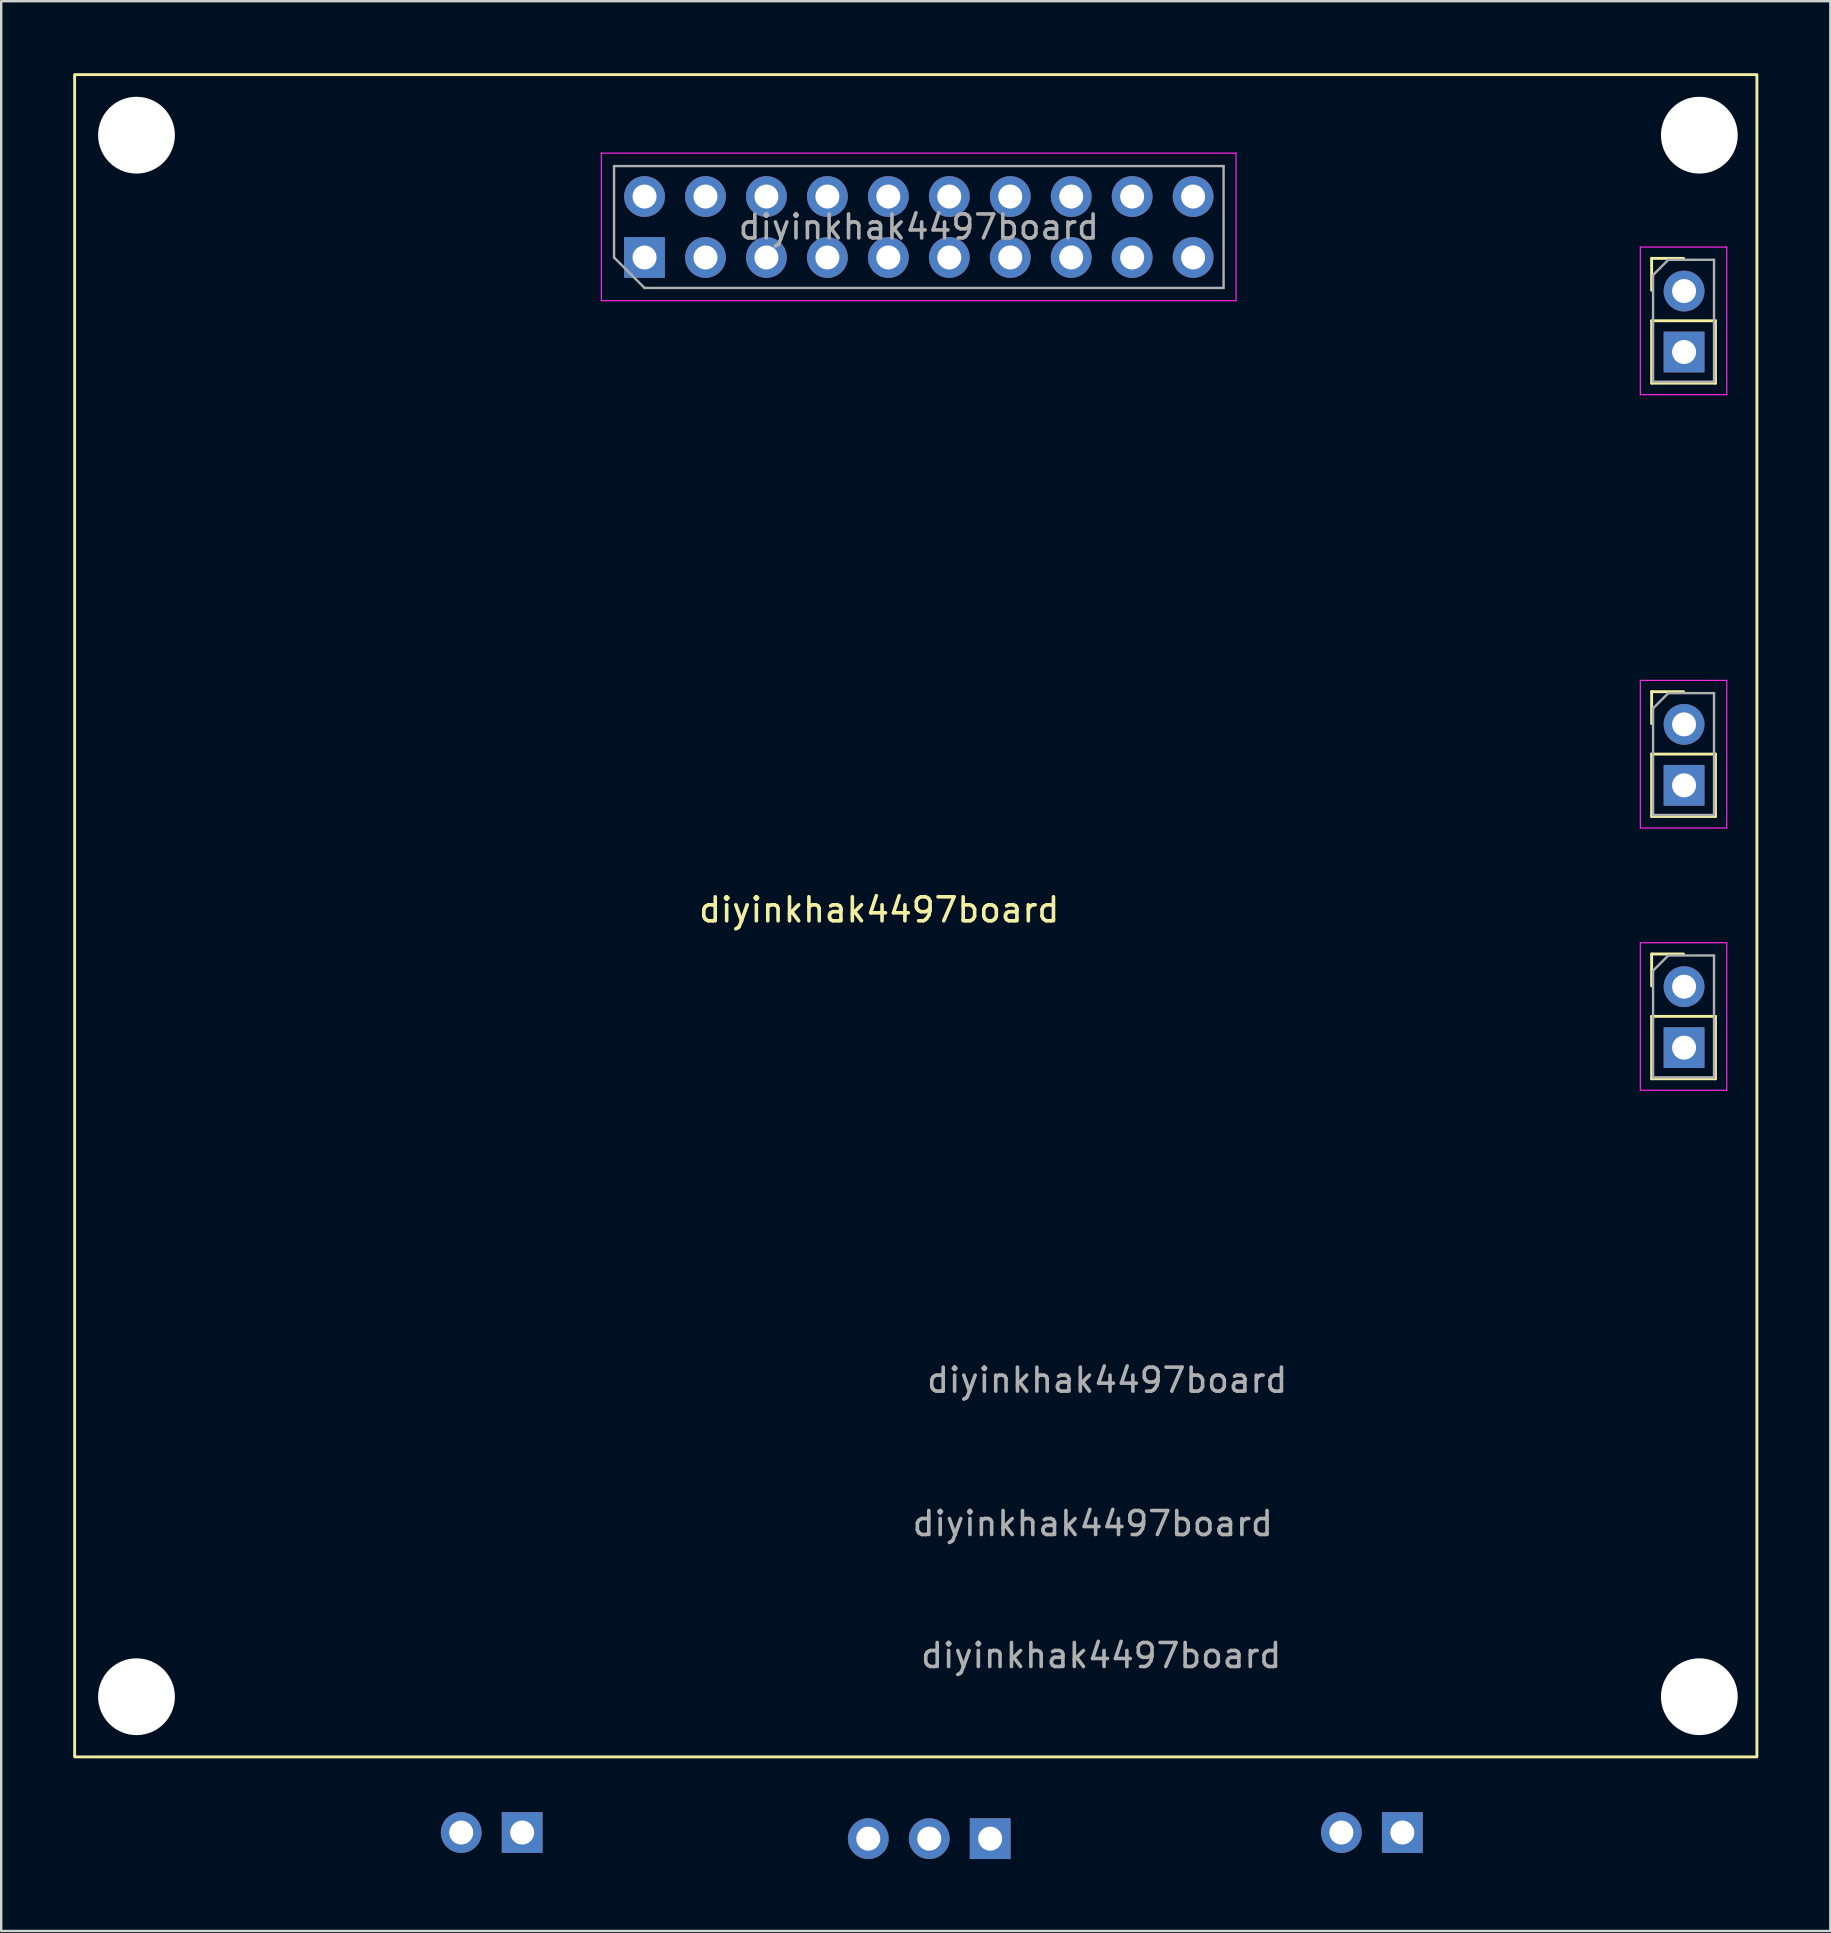
<source format=kicad_pcb>
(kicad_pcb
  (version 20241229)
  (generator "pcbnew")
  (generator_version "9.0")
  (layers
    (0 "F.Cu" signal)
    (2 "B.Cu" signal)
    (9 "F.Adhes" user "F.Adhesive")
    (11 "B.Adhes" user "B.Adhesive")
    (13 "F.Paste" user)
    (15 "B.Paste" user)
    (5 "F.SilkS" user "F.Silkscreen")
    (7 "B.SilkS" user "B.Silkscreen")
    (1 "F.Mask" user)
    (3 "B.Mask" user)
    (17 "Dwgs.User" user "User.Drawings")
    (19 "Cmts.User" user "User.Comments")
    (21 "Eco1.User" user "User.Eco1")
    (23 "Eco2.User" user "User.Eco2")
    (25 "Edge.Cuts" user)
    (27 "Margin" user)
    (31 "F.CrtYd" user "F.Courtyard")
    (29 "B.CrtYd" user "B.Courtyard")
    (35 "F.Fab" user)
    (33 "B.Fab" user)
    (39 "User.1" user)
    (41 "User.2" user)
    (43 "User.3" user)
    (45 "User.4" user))
  (footprint "diyinkhak4497board"
    (layer "F.Cu")
    (at 33.588 35.366)
    (property "Reference" "diyinkhak4497board" (at 0 -0.5 0) (unlocked yes) (layer "F.SilkS") (effects (font (size 1 1) (thickness 0.15))))
    (attr through_hole)
    (fp_line (start 32.189 -27.649) (end 33.519 -27.649) (stroke (width 0.12) (type solid)) (layer "F.SilkS"))
    (fp_line (start 32.189 -26.319) (end 32.189 -27.649) (stroke (width 0.12) (type solid)) (layer "F.SilkS"))
    (fp_line (start 32.189 -25.049) (end 32.189 -22.449) (stroke (width 0.12) (type solid)) (layer "F.SilkS"))
    (fp_line (start 32.189 -25.049) (end 34.849 -25.049) (stroke (width 0.12) (type solid)) (layer "F.SilkS"))
    (fp_line (start 32.189 -22.449) (end 34.849 -22.449) (stroke (width 0.12) (type solid)) (layer "F.SilkS"))
    (fp_line (start 32.189 -9.592) (end 33.519 -9.592) (stroke (width 0.12) (type solid)) (layer "F.SilkS"))
    (fp_line (start 32.189 -8.262) (end 32.189 -9.592) (stroke (width 0.12) (type solid)) (layer "F.SilkS"))
    (fp_line (start 32.189 -6.992) (end 32.189 -4.392) (stroke (width 0.12) (type solid)) (layer "F.SilkS"))
    (fp_line (start 32.189 -6.992) (end 34.849 -6.992) (stroke (width 0.12) (type solid)) (layer "F.SilkS"))
    (fp_line (start 32.189 -4.392) (end 34.849 -4.392) (stroke (width 0.12) (type solid)) (layer "F.SilkS"))
    (fp_line (start 32.189 1.339) (end 33.519 1.339) (stroke (width 0.12) (type solid)) (layer "F.SilkS"))
    (fp_line (start 32.189 2.669) (end 32.189 1.339) (stroke (width 0.12) (type solid)) (layer "F.SilkS"))
    (fp_line (start 32.189 3.939) (end 32.189 6.539) (stroke (width 0.12) (type solid)) (layer "F.SilkS"))
    (fp_line (start 32.189 3.939) (end 34.849 3.939) (stroke (width 0.12) (type solid)) (layer "F.SilkS"))
    (fp_line (start 32.189 6.539) (end 34.849 6.539) (stroke (width 0.12) (type solid)) (layer "F.SilkS"))
    (fp_line (start 34.849 -25.049) (end 34.849 -22.449) (stroke (width 0.12) (type solid)) (layer "F.SilkS"))
    (fp_line (start 34.849 -6.992) (end 34.849 -4.392) (stroke (width 0.12) (type solid)) (layer "F.SilkS"))
    (fp_line (start 34.849 3.939) (end 34.849 6.539) (stroke (width 0.12) (type solid)) (layer "F.SilkS"))
    (fp_rect (start -33.528 -35.306) (end 36.576 34.798) (stroke (width 0.12) (type default)) (fill no) (layer "F.SilkS"))
    (fp_line (start -11.579 -32.036) (end -11.579 -25.886) (stroke (width 0.05) (type solid)) (layer "F.CrtYd"))
    (fp_line (start -11.579 -25.886) (end 14.871 -25.886) (stroke (width 0.05) (type solid)) (layer "F.CrtYd"))
    (fp_line (start 14.871 -32.036) (end -11.579 -32.036) (stroke (width 0.05) (type solid)) (layer "F.CrtYd"))
    (fp_line (start 14.871 -25.886) (end 14.871 -32.036) (stroke (width 0.05) (type solid)) (layer "F.CrtYd"))
    (fp_line (start 31.719 -28.119) (end 31.719 -21.969) (stroke (width 0.05) (type solid)) (layer "F.CrtYd"))
    (fp_line (start 31.719 -21.969) (end 35.319 -21.969) (stroke (width 0.05) (type solid)) (layer "F.CrtYd"))
    (fp_line (start 31.719 -10.062) (end 31.719 -3.912) (stroke (width 0.05) (type solid)) (layer "F.CrtYd"))
    (fp_line (start 31.719 -3.912) (end 35.319 -3.912) (stroke (width 0.05) (type solid)) (layer "F.CrtYd"))
    (fp_line (start 31.719 0.869) (end 31.719 7.019) (stroke (width 0.05) (type solid)) (layer "F.CrtYd"))
    (fp_line (start 31.719 7.019) (end 35.319 7.019) (stroke (width 0.05) (type solid)) (layer "F.CrtYd"))
    (fp_line (start 35.319 -28.119) (end 31.719 -28.119) (stroke (width 0.05) (type solid)) (layer "F.CrtYd"))
    (fp_line (start 35.319 -21.969) (end 35.319 -28.119) (stroke (width 0.05) (type solid)) (layer "F.CrtYd"))
    (fp_line (start 35.319 -10.062) (end 31.719 -10.062) (stroke (width 0.05) (type solid)) (layer "F.CrtYd"))
    (fp_line (start 35.319 -3.912) (end 35.319 -10.062) (stroke (width 0.05) (type solid)) (layer "F.CrtYd"))
    (fp_line (start 35.319 0.869) (end 31.719 0.869) (stroke (width 0.05) (type solid)) (layer "F.CrtYd"))
    (fp_line (start 35.319 7.019) (end 35.319 0.869) (stroke (width 0.05) (type solid)) (layer "F.CrtYd"))
    (fp_line (start -11.049 -31.496) (end 14.351 -31.496) (stroke (width 0.1) (type solid)) (layer "F.Fab"))
    (fp_line (start -11.049 -27.686) (end -11.049 -31.496) (stroke (width 0.1) (type solid)) (layer "F.Fab"))
    (fp_line (start -9.779 -26.416) (end -11.049 -27.686) (stroke (width 0.1) (type solid)) (layer "F.Fab"))
    (fp_line (start 14.351 -31.496) (end 14.351 -26.416) (stroke (width 0.1) (type solid)) (layer "F.Fab"))
    (fp_line (start 14.351 -26.416) (end -9.779 -26.416) (stroke (width 0.1) (type solid)) (layer "F.Fab"))
    (fp_line (start 32.249 -26.954) (end 32.884 -27.589) (stroke (width 0.1) (type solid)) (layer "F.Fab"))
    (fp_line (start 32.249 -22.509) (end 32.249 -26.954) (stroke (width 0.1) (type solid)) (layer "F.Fab"))
    (fp_line (start 32.249 -8.897) (end 32.884 -9.532) (stroke (width 0.1) (type solid)) (layer "F.Fab"))
    (fp_line (start 32.249 -4.452) (end 32.249 -8.897) (stroke (width 0.1) (type solid)) (layer "F.Fab"))
    (fp_line (start 32.249 2.034) (end 32.884 1.399) (stroke (width 0.1) (type solid)) (layer "F.Fab"))
    (fp_line (start 32.249 6.479) (end 32.249 2.034) (stroke (width 0.1) (type solid)) (layer "F.Fab"))
    (fp_line (start 32.884 -27.589) (end 34.789 -27.589) (stroke (width 0.1) (type solid)) (layer "F.Fab"))
    (fp_line (start 32.884 -9.532) (end 34.789 -9.532) (stroke (width 0.1) (type solid)) (layer "F.Fab"))
    (fp_line (start 32.884 1.399) (end 34.789 1.399) (stroke (width 0.1) (type solid)) (layer "F.Fab"))
    (fp_line (start 34.789 -27.589) (end 34.789 -22.509) (stroke (width 0.1) (type solid)) (layer "F.Fab"))
    (fp_line (start 34.789 -22.509) (end 32.249 -22.509) (stroke (width 0.1) (type solid)) (layer "F.Fab"))
    (fp_line (start 34.789 -9.532) (end 34.789 -4.452) (stroke (width 0.1) (type solid)) (layer "F.Fab"))
    (fp_line (start 34.789 -4.452) (end 32.249 -4.452) (stroke (width 0.1) (type solid)) (layer "F.Fab"))
    (fp_line (start 34.789 1.399) (end 34.789 6.479) (stroke (width 0.1) (type solid)) (layer "F.Fab"))
    (fp_line (start 34.789 6.479) (end 32.249 6.479) (stroke (width 0.1) (type solid)) (layer "F.Fab"))
    (fp_text user "${REFERENCE}" (at 9.5 19.1 0) (layer "F.Fab") (effects (font (size 1 1) (thickness 0.15))))
    (fp_text user "${REFERENCE}" (at 8.9 25.075 0) (layer "F.Fab") (effects (font (size 1 1) (thickness 0.15))))
    (fp_text user "${REFERENCE}" (at 1.651 -28.956 180) (layer "F.Fab") (effects (font (size 1 1) (thickness 0.15))))
    (fp_text user "${REFERENCE}" (at 9.25 30.575 180) (layer "F.Fab") (effects (font (size 1 1) (thickness 0.15))))
    (pad "" np_thru_hole circle (at -30.95 -32.783) (size 3.2 3.2) (drill 3.2) (layers "*.Cu" "*.Mask"))
    (pad "" np_thru_hole circle (at -30.95 32.29) (size 3.2 3.2) (drill 3.2) (layers "*.Cu" "*.Mask"))
    (pad "" np_thru_hole circle (at 34.177 -32.783) (size 3.2 3.2) (drill 3.2) (layers "*.Cu" "*.Mask"))
    (pad "" np_thru_hole circle (at 34.177 32.29) (size 3.2 3.2) (drill 3.2) (layers "*.Cu" "*.Mask"))
    (pad "1" thru_hole rect (at -9.779 -27.686 90) (size 1.7 1.7) (drill 1) (layers "*.Cu" "*.Mask"))
    (pad "2" thru_hole oval (at -9.779 -30.226 90) (size 1.7 1.7) (drill 1) (layers "*.Cu" "*.Mask"))
    (pad "3" thru_hole oval (at -7.239 -27.686 90) (size 1.7 1.7) (drill 1) (layers "*.Cu" "*.Mask"))
    (pad "4" thru_hole oval (at -7.239 -30.226 90) (size 1.7 1.7) (drill 1) (layers "*.Cu" "*.Mask"))
    (pad "5" thru_hole oval (at -4.699 -27.686 90) (size 1.7 1.7) (drill 1) (layers "*.Cu" "*.Mask"))
    (pad "6" thru_hole oval (at -4.699 -30.226 90) (size 1.7 1.7) (drill 1) (layers "*.Cu" "*.Mask"))
    (pad "7" thru_hole oval (at -2.159 -27.686 90) (size 1.7 1.7) (drill 1) (layers "*.Cu" "*.Mask"))
    (pad "8" thru_hole oval (at -2.159 -30.226 90) (size 1.7 1.7) (drill 1) (layers "*.Cu" "*.Mask"))
    (pad "9" thru_hole oval (at 0.381 -27.686 90) (size 1.7 1.7) (drill 1) (layers "*.Cu" "*.Mask"))
    (pad "10" thru_hole oval (at 0.381 -30.226 90) (size 1.7 1.7) (drill 1) (layers "*.Cu" "*.Mask"))
    (pad "11" thru_hole oval (at 2.921 -27.686 90) (size 1.7 1.7) (drill 1) (layers "*.Cu" "*.Mask"))
    (pad "12" thru_hole oval (at 2.921 -30.226 90) (size 1.7 1.7) (drill 1) (layers "*.Cu" "*.Mask"))
    (pad "13" thru_hole oval (at 5.461 -27.686 90) (size 1.7 1.7) (drill 1) (layers "*.Cu" "*.Mask"))
    (pad "14" thru_hole oval (at 5.461 -30.226 90) (size 1.7 1.7) (drill 1) (layers "*.Cu" "*.Mask"))
    (pad "15" thru_hole oval (at 8.001 -27.686 90) (size 1.7 1.7) (drill 1) (layers "*.Cu" "*.Mask"))
    (pad "16" thru_hole oval (at 8.001 -30.226 90) (size 1.7 1.7) (drill 1) (layers "*.Cu" "*.Mask"))
    (pad "17" thru_hole oval (at 10.541 -27.686 90) (size 1.7 1.7) (drill 1) (layers "*.Cu" "*.Mask"))
    (pad "18" thru_hole oval (at 10.541 -30.226 90) (size 1.7 1.7) (drill 1) (layers "*.Cu" "*.Mask"))
    (pad "19" thru_hole oval (at 13.081 -27.686 90) (size 1.7 1.7) (drill 1) (layers "*.Cu" "*.Mask"))
    (pad "20" thru_hole oval (at 13.081 -30.226 90) (size 1.7 1.7) (drill 1) (layers "*.Cu" "*.Mask"))
    (pad "21" thru_hole oval (at 33.541 -26.287 180) (size 1.7 1.7) (drill 1) (layers "*.Cu" "*.Mask"))
    (pad "22" thru_hole rect (at 33.541 -23.747 180) (size 1.7 1.7) (drill 1) (layers "*.Cu" "*.Mask"))
    (pad "23" thru_hole oval (at 33.541 -8.23 180) (size 1.7 1.7) (drill 1) (layers "*.Cu" "*.Mask"))
    (pad "24" thru_hole rect (at 33.541 -5.69 180) (size 1.7 1.7) (drill 1) (layers "*.Cu" "*.Mask"))
    (pad "25" thru_hole oval (at 33.541 2.701 180) (size 1.7 1.7) (drill 1) (layers "*.Cu" "*.Mask"))
    (pad "26" thru_hole rect (at 33.541 5.241 180) (size 1.7 1.7) (drill 1) (layers "*.Cu" "*.Mask"))
    (pad "27" thru_hole rect (at 21.8 37.95 270) (size 1.7 1.7) (drill 1) (layers "*.Cu" "*.Mask"))
    (pad "28" thru_hole oval (at 19.26 37.95 270) (size 1.7 1.7) (drill 1) (layers "*.Cu" "*.Mask"))
    (pad "29" thru_hole rect (at 4.625 38.204 270) (size 1.7 1.7) (drill 1) (layers "*.Cu" "*.Mask"))
    (pad "30" thru_hole oval (at 2.085 38.204 270) (size 1.7 1.7) (drill 1) (layers "*.Cu" "*.Mask"))
    (pad "31" thru_hole oval (at -0.455 38.204 270) (size 1.7 1.7) (drill 1) (layers "*.Cu" "*.Mask"))
    (pad "32" thru_hole rect (at -14.878 37.95 270) (size 1.7 1.7) (drill 1) (layers "*.Cu" "*.Mask"))
    (pad "33" thru_hole oval (at -17.418 37.95 270) (size 1.7 1.7) (drill 1) (layers "*.Cu" "*.Mask")))
  (gr_rect
    (start -3 -3)
    (end 73.224 77.42)
    (stroke (width 0.1) (type default))
    (fill no)
    (layer "Edge.Cuts")))
</source>
